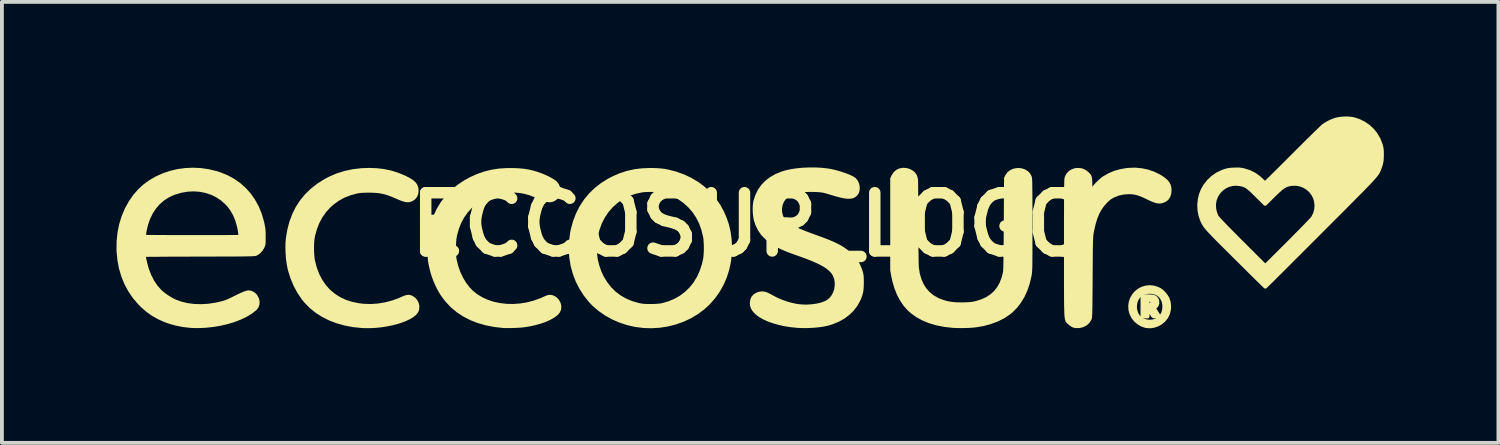
<source format=kicad_pcb>
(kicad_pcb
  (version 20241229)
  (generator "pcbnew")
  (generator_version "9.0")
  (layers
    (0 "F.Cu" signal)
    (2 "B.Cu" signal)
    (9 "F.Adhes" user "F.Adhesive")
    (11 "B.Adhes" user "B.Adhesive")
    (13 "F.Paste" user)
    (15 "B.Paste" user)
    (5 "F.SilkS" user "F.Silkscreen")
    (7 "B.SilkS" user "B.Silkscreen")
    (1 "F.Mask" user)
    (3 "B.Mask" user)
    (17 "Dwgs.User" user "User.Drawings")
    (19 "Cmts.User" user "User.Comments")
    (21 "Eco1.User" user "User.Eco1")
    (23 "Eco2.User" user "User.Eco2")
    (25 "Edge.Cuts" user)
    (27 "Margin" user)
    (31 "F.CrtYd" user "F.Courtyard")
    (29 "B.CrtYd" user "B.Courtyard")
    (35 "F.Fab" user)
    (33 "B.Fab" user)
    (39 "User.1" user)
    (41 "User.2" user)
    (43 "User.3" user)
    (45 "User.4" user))
  (footprint "ECCOSUR_LOGO"
    (layer "F.Cu")
    (at 16.585 2.83)
    (property "Reference" "ECCOSUR_LOGO" (at 0 0 0) (layer "F.SilkS") (effects (font (size 1.524 1.524) (thickness 0.3))))
    (attr through_hole)
    (fp_poly (pts (xy 10.703 2.399) (xy 10.639 2.402) (xy 10.601 2.403) (xy 10.572 2.402) (xy 10.561 2.4) (xy 10.549 2.389) (xy 10.532 2.364) (xy 10.532 2.02) (xy 10.516 1.992) (xy 10.487 1.972) (xy 10.447 1.964) (xy 10.426 1.966) (xy 10.415 1.973) (xy 10.409 1.992) (xy 10.405 2.024) (xy 10.403 2.059) (xy 10.403 2.084) (xy 10.405 2.091) (xy 10.42 2.099) (xy 10.448 2.1) (xy 10.48 2.095) (xy 10.506 2.085) (xy 10.512 2.081) (xy 10.531 2.052) (xy 10.532 2.02) (xy 10.532 2.364) (xy 10.531 2.362) (xy 10.509 2.326) (xy 10.505 2.318) (xy 10.472 2.261) (xy 10.446 2.223) (xy 10.427 2.204) (xy 10.418 2.201) (xy 10.414 2.212) (xy 10.41 2.24) (xy 10.409 2.28) (xy 10.408 2.303) (xy 10.408 2.405) (xy 10.341 2.405) (xy 10.273 2.405) (xy 10.273 2.138) (xy 10.273 1.872) (xy 10.417 1.876) (xy 10.488 1.879) (xy 10.54 1.884) (xy 10.578 1.893) (xy 10.605 1.908) (xy 10.627 1.929) (xy 10.646 1.956) (xy 10.663 2.002) (xy 10.665 2.051) (xy 10.653 2.098) (xy 10.629 2.136) (xy 10.598 2.157) (xy 10.576 2.167) (xy 10.566 2.173) (xy 10.566 2.173) (xy 10.572 2.183) (xy 10.587 2.209) (xy 10.609 2.246) (xy 10.634 2.287) (xy 10.703 2.399)) (stroke (width 0.1) (type solid)) (fill yes) (layer "F.SilkS"))
    (fp_poly (pts (xy 10.973 2.128) (xy 10.967 2.228) (xy 10.943 2.326) (xy 10.901 2.415) (xy 10.894 2.425) (xy 10.846 2.485) (xy 10.846 2.159) (xy 10.84 2.073) (xy 10.819 1.991) (xy 10.782 1.917) (xy 10.731 1.856) (xy 10.719 1.845) (xy 10.657 1.803) (xy 10.592 1.777) (xy 10.515 1.763) (xy 10.456 1.761) (xy 10.367 1.768) (xy 10.291 1.791) (xy 10.224 1.831) (xy 10.19 1.861) (xy 10.137 1.926) (xy 10.101 2.003) (xy 10.082 2.086) (xy 10.078 2.172) (xy 10.091 2.257) (xy 10.119 2.338) (xy 10.163 2.409) (xy 10.222 2.468) (xy 10.288 2.505) (xy 10.366 2.53) (xy 10.45 2.54) (xy 10.533 2.536) (xy 10.601 2.518) (xy 10.669 2.487) (xy 10.722 2.449) (xy 10.768 2.398) (xy 10.768 2.398) (xy 10.81 2.326) (xy 10.836 2.245) (xy 10.846 2.159) (xy 10.846 2.485) (xy 10.83 2.505) (xy 10.752 2.57) (xy 10.664 2.619) (xy 10.569 2.651) (xy 10.47 2.664) (xy 10.372 2.657) (xy 10.35 2.652) (xy 10.261 2.62) (xy 10.174 2.57) (xy 10.097 2.505) (xy 10.035 2.429) (xy 10.03 2.422) (xy 9.983 2.327) (xy 9.956 2.228) (xy 9.951 2.127) (xy 9.965 2.028) (xy 10 1.931) (xy 10.054 1.842) (xy 10.101 1.787) (xy 10.182 1.721) (xy 10.273 1.673) (xy 10.37 1.645) (xy 10.471 1.636) (xy 10.573 1.648) (xy 10.672 1.68) (xy 10.727 1.708) (xy 10.783 1.749) (xy 10.839 1.805) (xy 10.889 1.868) (xy 10.927 1.932) (xy 10.93 1.937) (xy 10.961 2.029) (xy 10.973 2.128)) (stroke (width 0.1) (type solid)) (fill yes) (layer "F.SilkS"))
    (fp_poly (pts (xy -8.706 2.136) (xy -8.711 2.211) (xy -8.715 2.23) (xy -8.741 2.284) (xy -8.788 2.337) (xy -8.854 2.388) (xy -8.936 2.436) (xy -9.033 2.481) (xy -9.142 2.523) (xy -9.262 2.56) (xy -9.391 2.592) (xy -9.527 2.619) (xy -9.667 2.64) (xy -9.811 2.654) (xy -9.955 2.661) (xy -10.098 2.66) (xy -10.166 2.656) (xy -10.393 2.633) (xy -10.609 2.592) (xy -10.814 2.534) (xy -11.006 2.46) (xy -11.184 2.369) (xy -11.348 2.264) (xy -11.497 2.143) (xy -11.629 2.007) (xy -11.696 1.925) (xy -11.807 1.76) (xy -11.903 1.582) (xy -11.983 1.391) (xy -12.045 1.193) (xy -12.057 1.146) (xy -12.08 1.026) (xy -12.098 0.893) (xy -12.109 0.752) (xy -12.113 0.611) (xy -12.111 0.477) (xy -12.101 0.361) (xy -12.064 0.14) (xy -12.009 -0.068) (xy -11.936 -0.262) (xy -11.845 -0.443) (xy -11.736 -0.61) (xy -11.608 -0.764) (xy -11.462 -0.905) (xy -11.298 -1.033) (xy -11.115 -1.148) (xy -11.012 -1.203) (xy -10.818 -1.288) (xy -10.613 -1.354) (xy -10.398 -1.4) (xy -10.173 -1.427) (xy -9.981 -1.434) (xy -9.779 -1.427) (xy -9.591 -1.405) (xy -9.411 -1.368) (xy -9.238 -1.314) (xy -9.064 -1.243) (xy -9.021 -1.223) (xy -8.929 -1.175) (xy -8.856 -1.129) (xy -8.802 -1.083) (xy -8.764 -1.035) (xy -8.74 -0.982) (xy -8.728 -0.922) (xy -8.727 -0.879) (xy -8.737 -0.805) (xy -8.767 -0.741) (xy -8.813 -0.689) (xy -8.875 -0.653) (xy -8.904 -0.643) (xy -8.945 -0.636) (xy -8.992 -0.637) (xy -9.046 -0.648) (xy -9.111 -0.669) (xy -9.191 -0.701) (xy -9.236 -0.72) (xy -9.353 -0.771) (xy -9.456 -0.81) (xy -9.551 -0.84) (xy -9.643 -0.861) (xy -9.737 -0.875) (xy -9.838 -0.883) (xy -9.952 -0.886) (xy -9.979 -0.886) (xy -10.063 -0.885) (xy -10.13 -0.883) (xy -10.183 -0.88) (xy -10.229 -0.875) (xy -10.272 -0.868) (xy -10.307 -0.861) (xy -10.482 -0.813) (xy -10.642 -0.749) (xy -10.789 -0.669) (xy -10.925 -0.571) (xy -11.017 -0.491) (xy -11.134 -0.363) (xy -11.235 -0.221) (xy -11.32 -0.064) (xy -11.387 0.107) (xy -11.437 0.289) (xy -11.443 0.322) (xy -11.455 0.4) (xy -11.462 0.493) (xy -11.464 0.596) (xy -11.463 0.702) (xy -11.457 0.804) (xy -11.448 0.895) (xy -11.437 0.958) (xy -11.387 1.147) (xy -11.321 1.32) (xy -11.238 1.477) (xy -11.141 1.618) (xy -11.027 1.743) (xy -10.899 1.85) (xy -10.757 1.941) (xy -10.6 2.015) (xy -10.429 2.07) (xy -10.244 2.108) (xy -10.12 2.123) (xy -9.932 2.129) (xy -9.738 2.116) (xy -9.544 2.084) (xy -9.353 2.034) (xy -9.172 1.968) (xy -9.112 1.941) (xy -9.045 1.912) (xy -8.991 1.894) (xy -8.946 1.888) (xy -8.906 1.893) (xy -8.872 1.905) (xy -8.807 1.945) (xy -8.756 2) (xy -8.722 2.065) (xy -8.706 2.136)) (stroke (width 0.1) (type solid)) (fill yes) (layer "F.SilkS"))
    (fp_poly (pts (xy -0.523 0.531) (xy -0.525 0.747) (xy -0.548 0.959) (xy -0.592 1.165) (xy -0.654 1.363) (xy -0.736 1.552) (xy -0.836 1.731) (xy -0.954 1.897) (xy -1.089 2.051) (xy -1.159 2.116) (xy -1.159 0.641) (xy -1.16 0.542) (xy -1.164 0.448) (xy -1.171 0.364) (xy -1.178 0.321) (xy -1.223 0.132) (xy -1.285 -0.043) (xy -1.366 -0.205) (xy -1.465 -0.354) (xy -1.583 -0.489) (xy -1.591 -0.498) (xy -1.724 -0.615) (xy -1.866 -0.714) (xy -2.02 -0.792) (xy -2.185 -0.852) (xy -2.363 -0.892) (xy -2.365 -0.893) (xy -2.424 -0.9) (xy -2.499 -0.904) (xy -2.582 -0.906) (xy -2.668 -0.905) (xy -2.748 -0.902) (xy -2.817 -0.895) (xy -2.839 -0.892) (xy -3.017 -0.853) (xy -3.184 -0.795) (xy -3.341 -0.716) (xy -3.486 -0.617) (xy -3.621 -0.499) (xy -3.625 -0.495) (xy -3.742 -0.362) (xy -3.842 -0.214) (xy -3.925 -0.053) (xy -3.989 0.122) (xy -4.036 0.31) (xy -4.038 0.321) (xy -4.05 0.404) (xy -4.056 0.503) (xy -4.058 0.61) (xy -4.056 0.718) (xy -4.048 0.82) (xy -4.037 0.909) (xy -4.031 0.937) (xy -3.992 1.092) (xy -3.943 1.233) (xy -3.882 1.366) (xy -3.877 1.376) (xy -3.782 1.532) (xy -3.674 1.671) (xy -3.552 1.792) (xy -3.415 1.896) (xy -3.264 1.982) (xy -3.1 2.051) (xy -2.92 2.102) (xy -2.85 2.116) (xy -2.793 2.123) (xy -2.72 2.128) (xy -2.637 2.129) (xy -2.549 2.129) (xy -2.463 2.125) (xy -2.384 2.119) (xy -2.32 2.111) (xy -2.297 2.106) (xy -2.12 2.056) (xy -1.956 1.987) (xy -1.804 1.9) (xy -1.667 1.796) (xy -1.544 1.676) (xy -1.436 1.54) (xy -1.344 1.389) (xy -1.269 1.224) (xy -1.21 1.045) (xy -1.177 0.897) (xy -1.168 0.825) (xy -1.162 0.738) (xy -1.159 0.641) (xy -1.159 2.116) (xy -1.224 2.176) (xy -1.39 2.3) (xy -1.568 2.407) (xy -1.758 2.496) (xy -1.958 2.567) (xy -2.165 2.619) (xy -2.378 2.651) (xy -2.595 2.663) (xy -2.788 2.656) (xy -2.997 2.63) (xy -3.201 2.584) (xy -3.399 2.519) (xy -3.588 2.437) (xy -3.766 2.338) (xy -3.932 2.223) (xy -4.083 2.094) (xy -4.182 1.992) (xy -4.312 1.828) (xy -4.424 1.653) (xy -4.518 1.467) (xy -4.592 1.273) (xy -4.647 1.071) (xy -4.681 0.864) (xy -4.696 0.652) (xy -4.689 0.439) (xy -4.661 0.224) (xy -4.644 0.138) (xy -4.587 -0.073) (xy -4.511 -0.27) (xy -4.418 -0.454) (xy -4.307 -0.624) (xy -4.178 -0.78) (xy -4.032 -0.922) (xy -3.869 -1.049) (xy -3.689 -1.161) (xy -3.573 -1.221) (xy -3.392 -1.299) (xy -3.209 -1.358) (xy -3.021 -1.4) (xy -2.825 -1.424) (xy -2.618 -1.432) (xy -2.537 -1.431) (xy -2.446 -1.428) (xy -2.371 -1.423) (xy -2.306 -1.417) (xy -2.243 -1.409) (xy -2.178 -1.397) (xy -2.167 -1.395) (xy -1.955 -1.342) (xy -1.753 -1.27) (xy -1.563 -1.181) (xy -1.385 -1.076) (xy -1.222 -0.954) (xy -1.074 -0.816) (xy -0.941 -0.664) (xy -0.825 -0.498) (xy -0.734 -0.332) (xy -0.658 -0.159) (xy -0.6 0.013) (xy -0.559 0.189) (xy -0.533 0.375) (xy -0.523 0.531)) (stroke (width 0.1) (type solid)) (fill yes) (layer "F.SilkS"))
    (fp_poly (pts (xy -4.99 2.154) (xy -4.997 2.216) (xy -5.019 2.269) (xy -5.059 2.32) (xy -5.079 2.338) (xy -5.154 2.394) (xy -5.249 2.448) (xy -5.361 2.498) (xy -5.487 2.543) (xy -5.625 2.582) (xy -5.77 2.614) (xy -5.921 2.638) (xy -5.947 2.641) (xy -5.997 2.646) (xy -6.062 2.65) (xy -6.137 2.654) (xy -6.215 2.657) (xy -6.293 2.659) (xy -6.362 2.659) (xy -6.42 2.659) (xy -6.452 2.657) (xy -6.686 2.631) (xy -6.907 2.588) (xy -7.114 2.529) (xy -7.307 2.453) (xy -7.485 2.361) (xy -7.648 2.254) (xy -7.795 2.131) (xy -7.925 1.993) (xy -7.956 1.955) (xy -8.015 1.879) (xy -8.062 1.812) (xy -8.103 1.745) (xy -8.143 1.673) (xy -8.184 1.589) (xy -8.241 1.461) (xy -8.288 1.335) (xy -8.327 1.205) (xy -8.36 1.061) (xy -8.373 0.993) (xy -8.38 0.948) (xy -8.386 0.899) (xy -8.389 0.842) (xy -8.392 0.772) (xy -8.393 0.686) (xy -8.393 0.621) (xy -8.393 0.531) (xy -8.392 0.458) (xy -8.389 0.399) (xy -8.386 0.349) (xy -8.381 0.303) (xy -8.374 0.257) (xy -8.366 0.214) (xy -8.316 0.001) (xy -8.247 -0.199) (xy -8.16 -0.386) (xy -8.055 -0.56) (xy -7.932 -0.72) (xy -7.792 -0.866) (xy -7.634 -0.997) (xy -7.458 -1.115) (xy -7.31 -1.196) (xy -7.129 -1.278) (xy -6.948 -1.341) (xy -6.764 -1.387) (xy -6.571 -1.417) (xy -6.368 -1.43) (xy -6.178 -1.43) (xy -6.04 -1.423) (xy -5.917 -1.411) (xy -5.803 -1.393) (xy -5.69 -1.366) (xy -5.572 -1.331) (xy -5.54 -1.32) (xy -5.458 -1.29) (xy -5.375 -1.255) (xy -5.294 -1.217) (xy -5.22 -1.177) (xy -5.157 -1.139) (xy -5.109 -1.105) (xy -5.095 -1.092) (xy -5.05 -1.035) (xy -5.023 -0.97) (xy -5.012 -0.9) (xy -5.017 -0.831) (xy -5.038 -0.766) (xy -5.077 -0.711) (xy -5.096 -0.692) (xy -5.145 -0.659) (xy -5.195 -0.64) (xy -5.251 -0.634) (xy -5.315 -0.642) (xy -5.39 -0.664) (xy -5.479 -0.7) (xy -5.504 -0.712) (xy -5.641 -0.771) (xy -5.765 -0.818) (xy -5.883 -0.851) (xy -6 -0.874) (xy -6.121 -0.886) (xy -6.251 -0.889) (xy -6.322 -0.888) (xy -6.419 -0.883) (xy -6.5 -0.876) (xy -6.572 -0.865) (xy -6.643 -0.849) (xy -6.719 -0.828) (xy -6.763 -0.813) (xy -6.908 -0.757) (xy -7.038 -0.692) (xy -7.157 -0.613) (xy -7.271 -0.517) (xy -7.322 -0.469) (xy -7.432 -0.346) (xy -7.526 -0.215) (xy -7.603 -0.073) (xy -7.665 0.082) (xy -7.714 0.253) (xy -7.724 0.298) (xy -7.736 0.376) (xy -7.745 0.47) (xy -7.749 0.573) (xy -7.75 0.679) (xy -7.746 0.781) (xy -7.738 0.872) (xy -7.73 0.923) (xy -7.689 1.092) (xy -7.632 1.254) (xy -7.56 1.408) (xy -7.475 1.549) (xy -7.379 1.675) (xy -7.297 1.761) (xy -7.174 1.861) (xy -7.036 1.945) (xy -6.886 2.014) (xy -6.726 2.067) (xy -6.556 2.103) (xy -6.381 2.124) (xy -6.201 2.128) (xy -6.018 2.115) (xy -5.836 2.086) (xy -5.655 2.039) (xy -5.477 1.976) (xy -5.398 1.941) (xy -5.351 1.92) (xy -5.307 1.903) (xy -5.274 1.892) (xy -5.265 1.89) (xy -5.206 1.89) (xy -5.149 1.909) (xy -5.095 1.944) (xy -5.049 1.991) (xy -5.014 2.048) (xy -4.994 2.111) (xy -4.99 2.154)) (stroke (width 0.1) (type solid)) (fill yes) (layer "F.SilkS"))
    (fp_poly (pts (xy 7.343 0.011) (xy 7.343 0.201) (xy 7.343 0.37) (xy 7.343 0.519) (xy 7.343 0.65) (xy 7.343 0.763) (xy 7.342 0.862) (xy 7.342 0.946) (xy 7.341 1.017) (xy 7.34 1.078) (xy 7.339 1.128) (xy 7.337 1.17) (xy 7.335 1.205) (xy 7.333 1.235) (xy 7.331 1.26) (xy 7.328 1.283) (xy 7.325 1.304) (xy 7.321 1.325) (xy 7.319 1.339) (xy 7.275 1.527) (xy 7.216 1.703) (xy 7.142 1.866) (xy 7.053 2.014) (xy 6.951 2.147) (xy 6.836 2.262) (xy 6.768 2.317) (xy 6.625 2.411) (xy 6.466 2.49) (xy 6.291 2.556) (xy 6.103 2.606) (xy 5.933 2.636) (xy 5.851 2.646) (xy 5.753 2.653) (xy 5.645 2.657) (xy 5.536 2.659) (xy 5.431 2.658) (xy 5.337 2.655) (xy 5.311 2.653) (xy 5.091 2.628) (xy 4.887 2.588) (xy 4.7 2.533) (xy 4.529 2.462) (xy 4.375 2.377) (xy 4.237 2.277) (xy 4.157 2.204) (xy 4.057 2.091) (xy 3.968 1.959) (xy 3.89 1.811) (xy 3.826 1.647) (xy 3.774 1.47) (xy 3.746 1.338) (xy 3.72 1.191) (xy 3.72 -0.006) (xy 3.72 -1.202) (xy 3.751 -1.267) (xy 3.797 -1.338) (xy 3.855 -1.39) (xy 3.924 -1.423) (xy 4.002 -1.436) (xy 4.012 -1.437) (xy 4.092 -1.431) (xy 4.161 -1.411) (xy 4.224 -1.378) (xy 4.284 -1.329) (xy 4.324 -1.267) (xy 4.345 -1.193) (xy 4.346 -1.189) (xy 4.347 -1.168) (xy 4.349 -1.127) (xy 4.35 -1.066) (xy 4.351 -0.988) (xy 4.352 -0.894) (xy 4.353 -0.785) (xy 4.354 -0.664) (xy 4.355 -0.533) (xy 4.356 -0.392) (xy 4.356 -0.244) (xy 4.357 -0.09) (xy 4.357 -0.051) (xy 4.357 0.129) (xy 4.358 0.299) (xy 4.358 0.457) (xy 4.359 0.601) (xy 4.361 0.731) (xy 4.362 0.845) (xy 4.364 0.942) (xy 4.365 1.021) (xy 4.367 1.081) (xy 4.369 1.119) (xy 4.37 1.129) (xy 4.396 1.294) (xy 4.44 1.445) (xy 4.499 1.579) (xy 4.574 1.698) (xy 4.666 1.801) (xy 4.773 1.889) (xy 4.897 1.96) (xy 4.944 1.982) (xy 5.055 2.023) (xy 5.167 2.054) (xy 5.285 2.074) (xy 5.413 2.085) (xy 5.556 2.086) (xy 5.611 2.085) (xy 5.692 2.082) (xy 5.757 2.078) (xy 5.812 2.072) (xy 5.861 2.064) (xy 5.912 2.052) (xy 5.927 2.049) (xy 6.077 2.001) (xy 6.21 1.94) (xy 6.327 1.863) (xy 6.427 1.772) (xy 6.511 1.665) (xy 6.58 1.541) (xy 6.634 1.401) (xy 6.673 1.247) (xy 6.675 1.227) (xy 6.677 1.19) (xy 6.68 1.137) (xy 6.682 1.067) (xy 6.683 0.979) (xy 6.685 0.872) (xy 6.687 0.746) (xy 6.688 0.6) (xy 6.69 0.434) (xy 6.691 0.246) (xy 6.693 0.037) (xy 6.693 -0.017) (xy 6.7 -1.214) (xy 6.729 -1.27) (xy 6.771 -1.331) (xy 6.826 -1.377) (xy 6.891 -1.409) (xy 6.961 -1.427) (xy 7.034 -1.432) (xy 7.107 -1.423) (xy 7.175 -1.4) (xy 7.235 -1.365) (xy 7.285 -1.317) (xy 7.32 -1.256) (xy 7.328 -1.233) (xy 7.331 -1.221) (xy 7.333 -1.202) (xy 7.335 -1.175) (xy 7.337 -1.139) (xy 7.338 -1.092) (xy 7.339 -1.034) (xy 7.34 -0.964) (xy 7.341 -0.879) (xy 7.342 -0.779) (xy 7.343 -0.663) (xy 7.343 -0.529) (xy 7.343 -0.376) (xy 7.343 -0.203) (xy 7.343 -0.009) (xy 7.343 0.011)) (stroke (width 0.1) (type solid)) (fill yes) (layer "F.SilkS"))
    (fp_poly (pts (xy 10.985 -0.899) (xy 10.977 -0.813) (xy 10.952 -0.739) (xy 10.91 -0.68) (xy 10.851 -0.637) (xy 10.777 -0.609) (xy 10.773 -0.608) (xy 10.732 -0.602) (xy 10.689 -0.603) (xy 10.641 -0.612) (xy 10.585 -0.63) (xy 10.517 -0.657) (xy 10.435 -0.695) (xy 10.39 -0.717) (xy 10.293 -0.763) (xy 10.208 -0.797) (xy 10.132 -0.821) (xy 10.059 -0.837) (xy 9.983 -0.845) (xy 9.912 -0.847) (xy 9.774 -0.837) (xy 9.645 -0.809) (xy 9.52 -0.761) (xy 9.505 -0.753) (xy 9.456 -0.727) (xy 9.414 -0.7) (xy 9.372 -0.665) (xy 9.323 -0.62) (xy 9.308 -0.604) (xy 9.227 -0.513) (xy 9.156 -0.412) (xy 9.096 -0.3) (xy 9.044 -0.173) (xy 9 -0.03) (xy 8.963 0.131) (xy 8.95 0.198) (xy 8.946 0.221) (xy 8.942 0.245) (xy 8.939 0.269) (xy 8.936 0.296) (xy 8.934 0.328) (xy 8.932 0.365) (xy 8.93 0.409) (xy 8.928 0.462) (xy 8.927 0.526) (xy 8.925 0.601) (xy 8.924 0.69) (xy 8.923 0.794) (xy 8.922 0.914) (xy 8.921 1.053) (xy 8.92 1.211) (xy 8.919 1.377) (xy 8.918 1.554) (xy 8.917 1.71) (xy 8.916 1.847) (xy 8.915 1.965) (xy 8.914 2.066) (xy 8.913 2.151) (xy 8.911 2.223) (xy 8.91 2.282) (xy 8.909 2.329) (xy 8.907 2.367) (xy 8.905 2.397) (xy 8.903 2.42) (xy 8.9 2.437) (xy 8.897 2.45) (xy 8.894 2.46) (xy 8.89 2.47) (xy 8.889 2.472) (xy 8.845 2.542) (xy 8.785 2.597) (xy 8.712 2.635) (xy 8.628 2.657) (xy 8.598 2.659) (xy 8.528 2.659) (xy 8.473 2.647) (xy 8.469 2.646) (xy 8.435 2.628) (xy 8.396 2.6) (xy 8.365 2.574) (xy 8.353 2.563) (xy 8.342 2.553) (xy 8.332 2.544) (xy 8.322 2.535) (xy 8.314 2.524) (xy 8.307 2.51) (xy 8.3 2.493) (xy 8.294 2.472) (xy 8.289 2.445) (xy 8.285 2.411) (xy 8.281 2.37) (xy 8.278 2.319) (xy 8.276 2.259) (xy 8.274 2.188) (xy 8.272 2.105) (xy 8.271 2.01) (xy 8.27 1.9) (xy 8.27 1.775) (xy 8.269 1.634) (xy 8.269 1.476) (xy 8.269 1.3) (xy 8.269 1.104) (xy 8.269 0.888) (xy 8.269 0.651) (xy 8.269 0.604) (xy 8.269 0.369) (xy 8.269 0.155) (xy 8.269 -0.038) (xy 8.269 -0.212) (xy 8.27 -0.367) (xy 8.27 -0.506) (xy 8.27 -0.628) (xy 8.271 -0.735) (xy 8.271 -0.828) (xy 8.272 -0.908) (xy 8.273 -0.976) (xy 8.274 -1.034) (xy 8.275 -1.081) (xy 8.276 -1.12) (xy 8.277 -1.152) (xy 8.279 -1.177) (xy 8.281 -1.196) (xy 8.283 -1.212) (xy 8.285 -1.223) (xy 8.288 -1.233) (xy 8.29 -1.239) (xy 8.325 -1.307) (xy 8.377 -1.362) (xy 8.442 -1.403) (xy 8.517 -1.428) (xy 8.58 -1.434) (xy 8.661 -1.427) (xy 8.731 -1.404) (xy 8.796 -1.362) (xy 8.83 -1.332) (xy 8.863 -1.299) (xy 8.883 -1.274) (xy 8.894 -1.249) (xy 8.901 -1.217) (xy 8.903 -1.202) (xy 8.907 -1.164) (xy 8.909 -1.111) (xy 8.911 -1.049) (xy 8.911 -0.986) (xy 8.911 -0.985) (xy 8.911 -0.93) (xy 8.911 -0.884) (xy 8.912 -0.851) (xy 8.912 -0.836) (xy 8.913 -0.835) (xy 8.919 -0.844) (xy 8.935 -0.867) (xy 8.957 -0.901) (xy 8.964 -0.912) (xy 9.007 -0.97) (xy 9.062 -1.034) (xy 9.125 -1.099) (xy 9.189 -1.158) (xy 9.248 -1.206) (xy 9.263 -1.216) (xy 9.399 -1.296) (xy 9.543 -1.358) (xy 9.698 -1.402) (xy 9.866 -1.431) (xy 9.909 -1.435) (xy 10.078 -1.441) (xy 10.246 -1.426) (xy 10.411 -1.391) (xy 10.567 -1.337) (xy 10.714 -1.264) (xy 10.745 -1.246) (xy 10.828 -1.189) (xy 10.891 -1.136) (xy 10.936 -1.081) (xy 10.966 -1.023) (xy 10.981 -0.958) (xy 10.985 -0.899)) (stroke (width 0.1) (type solid)) (fill yes) (layer "F.SilkS"))
    (fp_poly (pts (xy 2.929 1.513) (xy 2.927 1.612) (xy 2.922 1.695) (xy 2.91 1.768) (xy 2.892 1.837) (xy 2.866 1.909) (xy 2.84 1.968) (xy 2.769 2.098) (xy 2.678 2.217) (xy 2.57 2.323) (xy 2.446 2.417) (xy 2.305 2.496) (xy 2.151 2.56) (xy 2.015 2.601) (xy 1.911 2.622) (xy 1.791 2.639) (xy 1.66 2.651) (xy 1.523 2.658) (xy 1.385 2.659) (xy 1.254 2.654) (xy 1.23 2.652) (xy 1.064 2.635) (xy 0.902 2.609) (xy 0.748 2.574) (xy 0.604 2.532) (xy 0.471 2.484) (xy 0.354 2.429) (xy 0.253 2.37) (xy 0.172 2.306) (xy 0.157 2.291) (xy 0.103 2.23) (xy 0.068 2.172) (xy 0.05 2.112) (xy 0.045 2.054) (xy 0.054 1.978) (xy 0.081 1.915) (xy 0.126 1.865) (xy 0.175 1.834) (xy 0.242 1.808) (xy 0.306 1.798) (xy 0.372 1.804) (xy 0.443 1.827) (xy 0.522 1.867) (xy 0.544 1.88) (xy 0.689 1.957) (xy 0.848 2.024) (xy 1.014 2.079) (xy 1.182 2.119) (xy 1.237 2.128) (xy 1.356 2.141) (xy 1.479 2.144) (xy 1.604 2.137) (xy 1.725 2.122) (xy 1.837 2.098) (xy 1.938 2.066) (xy 2.022 2.028) (xy 2.041 2.016) (xy 2.114 1.957) (xy 2.174 1.883) (xy 2.22 1.797) (xy 2.252 1.702) (xy 2.267 1.603) (xy 2.267 1.502) (xy 2.249 1.404) (xy 2.213 1.311) (xy 2.207 1.3) (xy 2.164 1.236) (xy 2.104 1.173) (xy 2.028 1.111) (xy 1.935 1.051) (xy 1.822 0.99) (xy 1.69 0.929) (xy 1.538 0.867) (xy 1.364 0.803) (xy 1.338 0.794) (xy 1.188 0.741) (xy 1.058 0.694) (xy 0.945 0.649) (xy 0.847 0.607) (xy 0.76 0.565) (xy 0.683 0.524) (xy 0.613 0.482) (xy 0.55 0.44) (xy 0.431 0.343) (xy 0.331 0.239) (xy 0.252 0.125) (xy 0.19 -0.000459) (xy 0.15 -0.122) (xy 0.133 -0.207) (xy 0.123 -0.302) (xy 0.119 -0.402) (xy 0.122 -0.498) (xy 0.133 -0.583) (xy 0.139 -0.614) (xy 0.186 -0.757) (xy 0.251 -0.889) (xy 0.334 -1.007) (xy 0.435 -1.111) (xy 0.553 -1.202) (xy 0.688 -1.279) (xy 0.84 -1.341) (xy 0.931 -1.369) (xy 1.066 -1.4) (xy 1.216 -1.423) (xy 1.378 -1.439) (xy 1.545 -1.446) (xy 1.714 -1.446) (xy 1.878 -1.437) (xy 2.015 -1.422) (xy 2.108 -1.407) (xy 2.206 -1.385) (xy 2.306 -1.358) (xy 2.404 -1.328) (xy 2.497 -1.296) (xy 2.581 -1.263) (xy 2.652 -1.23) (xy 2.708 -1.198) (xy 2.736 -1.176) (xy 2.779 -1.122) (xy 2.808 -1.055) (xy 2.822 -0.98) (xy 2.822 -0.962) (xy 2.817 -0.895) (xy 2.8 -0.842) (xy 2.768 -0.797) (xy 2.755 -0.783) (xy 2.718 -0.755) (xy 2.673 -0.736) (xy 2.617 -0.727) (xy 2.55 -0.727) (xy 2.47 -0.737) (xy 2.374 -0.757) (xy 2.262 -0.786) (xy 2.135 -0.824) (xy 2.076 -0.842) (xy 2.019 -0.859) (xy 1.971 -0.872) (xy 1.937 -0.881) (xy 1.936 -0.881) (xy 1.863 -0.893) (xy 1.773 -0.901) (xy 1.674 -0.905) (xy 1.57 -0.906) (xy 1.467 -0.903) (xy 1.369 -0.896) (xy 1.281 -0.886) (xy 1.21 -0.872) (xy 1.199 -0.869) (xy 1.085 -0.829) (xy 0.989 -0.776) (xy 0.911 -0.712) (xy 0.853 -0.637) (xy 0.836 -0.605) (xy 0.801 -0.511) (xy 0.786 -0.414) (xy 0.791 -0.316) (xy 0.814 -0.223) (xy 0.855 -0.138) (xy 0.899 -0.079) (xy 0.942 -0.037) (xy 0.999 0.005) (xy 1.069 0.049) (xy 1.155 0.094) (xy 1.257 0.142) (xy 1.377 0.193) (xy 1.516 0.247) (xy 1.675 0.305) (xy 1.705 0.316) (xy 1.854 0.37) (xy 1.984 0.419) (xy 2.097 0.465) (xy 2.195 0.508) (xy 2.281 0.55) (xy 2.358 0.591) (xy 2.427 0.633) (xy 2.472 0.664) (xy 2.588 0.753) (xy 2.685 0.845) (xy 2.763 0.942) (xy 2.826 1.048) (xy 2.877 1.166) (xy 2.897 1.227) (xy 2.909 1.267) (xy 2.917 1.302) (xy 2.923 1.338) (xy 2.926 1.38) (xy 2.928 1.434) (xy 2.929 1.504) (xy 2.929 1.513)) (stroke (width 0.1) (type solid)) (fill yes) (layer "F.SilkS"))
    (fp_poly (pts (xy -12.73 0.322) (xy -12.73 0.392) (xy -12.73 0.445) (xy -12.732 0.483) (xy -12.736 0.512) (xy -12.742 0.536) (xy -12.75 0.559) (xy -12.761 0.584) (xy -12.801 0.651) (xy -12.853 0.71) (xy -12.913 0.754) (xy -12.935 0.766) (xy -12.942 0.768) (xy -12.953 0.771) (xy -12.967 0.773) (xy -12.986 0.775) (xy -13.012 0.777) (xy -13.045 0.779) (xy -13.087 0.78) (xy -13.139 0.781) (xy -13.202 0.782) (xy -13.277 0.783) (xy -13.341 0.784) (xy -13.341 0.313) (xy -13.349 0.228) (xy -13.356 0.177) (xy -13.366 0.116) (xy -13.379 0.054) (xy -13.383 0.034) (xy -13.429 -0.124) (xy -13.487 -0.264) (xy -13.558 -0.39) (xy -13.643 -0.505) (xy -13.698 -0.564) (xy -13.817 -0.67) (xy -13.948 -0.758) (xy -14.089 -0.827) (xy -14.239 -0.877) (xy -14.396 -0.908) (xy -14.559 -0.92) (xy -14.725 -0.912) (xy -14.892 -0.884) (xy -15.06 -0.835) (xy -15.107 -0.818) (xy -15.248 -0.752) (xy -15.376 -0.667) (xy -15.492 -0.566) (xy -15.594 -0.447) (xy -15.681 -0.314) (xy -15.753 -0.166) (xy -15.809 -0.006) (xy -15.848 0.167) (xy -15.854 0.204) (xy -15.861 0.258) (xy -15.863 0.296) (xy -15.861 0.315) (xy -15.859 0.317) (xy -15.847 0.318) (xy -15.813 0.319) (xy -15.761 0.32) (xy -15.691 0.32) (xy -15.606 0.321) (xy -15.508 0.322) (xy -15.397 0.322) (xy -15.276 0.323) (xy -15.147 0.323) (xy -15.011 0.323) (xy -14.87 0.324) (xy -14.727 0.324) (xy -14.582 0.324) (xy -14.437 0.324) (xy -14.295 0.324) (xy -14.157 0.324) (xy -14.025 0.324) (xy -13.901 0.324) (xy -13.785 0.323) (xy -13.681 0.323) (xy -13.59 0.322) (xy -13.514 0.322) (xy -13.454 0.321) (xy -13.413 0.32) (xy -13.391 0.319) (xy -13.39 0.319) (xy -13.341 0.313) (xy -13.341 0.784) (xy -13.366 0.784) (xy -13.469 0.785) (xy -13.588 0.785) (xy -13.723 0.786) (xy -13.877 0.786) (xy -14.05 0.787) (xy -14.244 0.787) (xy -14.421 0.788) (xy -14.6 0.788) (xy -14.772 0.789) (xy -14.937 0.789) (xy -15.093 0.79) (xy -15.238 0.79) (xy -15.372 0.791) (xy -15.493 0.792) (xy -15.599 0.792) (xy -15.69 0.793) (xy -15.764 0.794) (xy -15.819 0.794) (xy -15.855 0.795) (xy -15.87 0.795) (xy -15.87 0.796) (xy -15.871 0.809) (xy -15.866 0.841) (xy -15.858 0.885) (xy -15.847 0.939) (xy -15.833 0.998) (xy -15.818 1.059) (xy -15.803 1.115) (xy -15.789 1.165) (xy -15.786 1.174) (xy -15.722 1.34) (xy -15.644 1.491) (xy -15.554 1.626) (xy -15.46 1.733) (xy -15.39 1.796) (xy -15.306 1.861) (xy -15.214 1.922) (xy -15.12 1.976) (xy -15.051 2.01) (xy -14.9 2.065) (xy -14.735 2.104) (xy -14.559 2.127) (xy -14.377 2.133) (xy -14.188 2.123) (xy -13.998 2.095) (xy -13.885 2.071) (xy -13.823 2.056) (xy -13.77 2.041) (xy -13.721 2.024) (xy -13.671 2.005) (xy -13.615 1.98) (xy -13.549 1.948) (xy -13.477 1.912) (xy -13.382 1.866) (xy -13.303 1.829) (xy -13.24 1.803) (xy -13.19 1.785) (xy -13.149 1.775) (xy -13.119 1.772) (xy -13.063 1.783) (xy -13.008 1.811) (xy -12.959 1.855) (xy -12.942 1.877) (xy -12.905 1.946) (xy -12.889 2.016) (xy -12.892 2.084) (xy -12.914 2.146) (xy -12.956 2.2) (xy -12.961 2.205) (xy -13.072 2.291) (xy -13.201 2.369) (xy -13.348 2.44) (xy -13.509 2.502) (xy -13.683 2.555) (xy -13.866 2.598) (xy -14.057 2.63) (xy -14.253 2.651) (xy -14.376 2.657) (xy -14.448 2.658) (xy -14.524 2.658) (xy -14.596 2.656) (xy -14.653 2.653) (xy -14.843 2.631) (xy -15.031 2.593) (xy -15.21 2.542) (xy -15.302 2.509) (xy -15.471 2.434) (xy -15.625 2.348) (xy -15.769 2.246) (xy -15.907 2.126) (xy -15.983 2.049) (xy -16.117 1.892) (xy -16.233 1.722) (xy -16.331 1.54) (xy -16.41 1.346) (xy -16.471 1.141) (xy -16.512 0.926) (xy -16.533 0.702) (xy -16.535 0.66) (xy -16.532 0.433) (xy -16.509 0.213) (xy -16.466 -0.001) (xy -16.403 -0.205) (xy -16.321 -0.4) (xy -16.22 -0.583) (xy -16.103 -0.751) (xy -15.98 -0.891) (xy -15.842 -1.017) (xy -15.689 -1.127) (xy -15.525 -1.221) (xy -15.349 -1.299) (xy -15.166 -1.36) (xy -14.975 -1.405) (xy -14.779 -1.431) (xy -14.58 -1.44) (xy -14.379 -1.43) (xy -14.178 -1.401) (xy -13.979 -1.353) (xy -13.891 -1.325) (xy -13.706 -1.251) (xy -13.535 -1.159) (xy -13.379 -1.05) (xy -13.237 -0.924) (xy -13.111 -0.783) (xy -13.002 -0.627) (xy -12.908 -0.457) (xy -12.832 -0.273) (xy -12.774 -0.075) (xy -12.76 -0.012) (xy -12.748 0.048) (xy -12.74 0.1) (xy -12.734 0.152) (xy -12.731 0.209) (xy -12.73 0.279) (xy -12.73 0.322)) (stroke (width 0.1) (type solid)) (fill yes) (layer "F.SilkS"))
    (fp_poly (pts (xy 16.543 -1.829) (xy 16.541 -1.742) (xy 16.535 -1.671) (xy 16.523 -1.606) (xy 16.505 -1.54) (xy 16.477 -1.465) (xy 16.475 -1.458) (xy 16.466 -1.437) (xy 16.458 -1.418) (xy 16.45 -1.399) (xy 16.44 -1.38) (xy 16.429 -1.36) (xy 16.414 -1.338) (xy 16.397 -1.313) (xy 16.375 -1.286) (xy 16.349 -1.254) (xy 16.318 -1.218) (xy 16.28 -1.176) (xy 16.235 -1.128) (xy 16.183 -1.073) (xy 16.123 -1.01) (xy 16.054 -0.939) (xy 15.975 -0.858) (xy 15.885 -0.768) (xy 15.785 -0.667) (xy 15.673 -0.554) (xy 15.549 -0.429) (xy 15.411 -0.291) (xy 15.259 -0.139) (xy 15.093 0.027) (xy 14.92 0.2) (xy 14.828 0.293) (xy 14.828 -0.501) (xy 14.815 -0.614) (xy 14.789 -0.703) (xy 14.741 -0.799) (xy 14.676 -0.883) (xy 14.597 -0.953) (xy 14.506 -1.009) (xy 14.407 -1.047) (xy 14.302 -1.067) (xy 14.194 -1.066) (xy 14.159 -1.062) (xy 14.106 -1.051) (xy 14.06 -1.038) (xy 14.015 -1.02) (xy 13.971 -0.995) (xy 13.924 -0.962) (xy 13.871 -0.918) (xy 13.81 -0.863) (xy 13.737 -0.793) (xy 13.7 -0.757) (xy 13.485 -0.543) (xy 13.264 -0.762) (xy 13.19 -0.835) (xy 13.13 -0.893) (xy 13.079 -0.938) (xy 13.036 -0.973) (xy 12.997 -1) (xy 12.961 -1.019) (xy 12.923 -1.034) (xy 12.881 -1.046) (xy 12.834 -1.057) (xy 12.725 -1.069) (xy 12.619 -1.06) (xy 12.517 -1.031) (xy 12.423 -0.985) (xy 12.339 -0.922) (xy 12.266 -0.845) (xy 12.209 -0.754) (xy 12.168 -0.651) (xy 12.164 -0.636) (xy 12.148 -0.535) (xy 12.151 -0.428) (xy 12.172 -0.322) (xy 12.21 -0.223) (xy 12.211 -0.221) (xy 12.22 -0.206) (xy 12.236 -0.185) (xy 12.261 -0.156) (xy 12.294 -0.12) (xy 12.337 -0.074) (xy 12.39 -0.018) (xy 12.455 0.05) (xy 12.533 0.129) (xy 12.624 0.221) (xy 12.729 0.327) (xy 12.849 0.448) (xy 12.862 0.46) (xy 12.96 0.558) (xy 13.053 0.652) (xy 13.141 0.739) (xy 13.222 0.82) (xy 13.294 0.892) (xy 13.357 0.954) (xy 13.409 1.006) (xy 13.449 1.045) (xy 13.476 1.071) (xy 13.488 1.083) (xy 13.489 1.084) (xy 13.497 1.076) (xy 13.521 1.053) (xy 13.557 1.017) (xy 13.606 0.969) (xy 13.666 0.909) (xy 13.736 0.84) (xy 13.814 0.762) (xy 13.9 0.677) (xy 13.991 0.585) (xy 14.088 0.489) (xy 14.1 0.477) (xy 14.198 0.379) (xy 14.291 0.284) (xy 14.38 0.195) (xy 14.461 0.112) (xy 14.535 0.036) (xy 14.599 -0.03) (xy 14.652 -0.086) (xy 14.694 -0.13) (xy 14.722 -0.161) (xy 14.736 -0.177) (xy 14.736 -0.178) (xy 14.788 -0.281) (xy 14.819 -0.39) (xy 14.828 -0.501) (xy 14.828 0.293) (xy 14.771 0.35) (xy 14.625 0.495) (xy 14.485 0.635) (xy 14.351 0.77) (xy 14.223 0.897) (xy 14.103 1.017) (xy 13.992 1.128) (xy 13.889 1.231) (xy 13.796 1.323) (xy 13.714 1.405) (xy 13.644 1.475) (xy 13.585 1.532) (xy 13.54 1.577) (xy 13.509 1.607) (xy 13.493 1.623) (xy 13.49 1.625) (xy 13.482 1.617) (xy 13.458 1.595) (xy 13.421 1.558) (xy 13.371 1.509) (xy 13.309 1.449) (xy 13.237 1.378) (xy 13.156 1.298) (xy 13.066 1.209) (xy 12.97 1.113) (xy 12.867 1.011) (xy 12.759 0.905) (xy 12.726 0.872) (xy 12.594 0.74) (xy 12.476 0.623) (xy 12.373 0.52) (xy 12.283 0.43) (xy 12.204 0.351) (xy 12.137 0.282) (xy 12.08 0.222) (xy 12.032 0.171) (xy 11.991 0.126) (xy 11.958 0.088) (xy 11.931 0.054) (xy 11.908 0.024) (xy 11.89 -0.003) (xy 11.875 -0.029) (xy 11.861 -0.055) (xy 11.849 -0.081) (xy 11.838 -0.104) (xy 11.791 -0.237) (xy 11.765 -0.375) (xy 11.758 -0.515) (xy 11.771 -0.653) (xy 11.803 -0.788) (xy 11.855 -0.916) (xy 11.913 -1.016) (xy 12.006 -1.134) (xy 12.113 -1.235) (xy 12.232 -1.318) (xy 12.362 -1.381) (xy 12.418 -1.402) (xy 12.469 -1.417) (xy 12.514 -1.428) (xy 12.56 -1.435) (xy 12.615 -1.44) (xy 12.674 -1.442) (xy 12.743 -1.444) (xy 12.796 -1.444) (xy 12.842 -1.44) (xy 12.887 -1.433) (xy 12.93 -1.423) (xy 13.069 -1.38) (xy 13.198 -1.316) (xy 13.318 -1.232) (xy 13.405 -1.152) (xy 13.437 -1.121) (xy 13.464 -1.097) (xy 13.482 -1.085) (xy 13.485 -1.084) (xy 13.494 -1.092) (xy 13.518 -1.114) (xy 13.556 -1.151) (xy 13.607 -1.2) (xy 13.669 -1.26) (xy 13.741 -1.332) (xy 13.822 -1.412) (xy 13.911 -1.5) (xy 14.007 -1.596) (xy 14.108 -1.697) (xy 14.214 -1.803) (xy 14.223 -1.812) (xy 14.331 -1.92) (xy 14.436 -2.024) (xy 14.536 -2.124) (xy 14.63 -2.217) (xy 14.717 -2.303) (xy 14.795 -2.38) (xy 14.864 -2.447) (xy 14.922 -2.503) (xy 14.968 -2.547) (xy 15.001 -2.577) (xy 15.019 -2.593) (xy 15.104 -2.648) (xy 15.203 -2.698) (xy 15.308 -2.739) (xy 15.364 -2.755) (xy 15.448 -2.771) (xy 15.543 -2.779) (xy 15.64 -2.78) (xy 15.732 -2.773) (xy 15.797 -2.762) (xy 15.939 -2.716) (xy 16.07 -2.652) (xy 16.189 -2.57) (xy 16.294 -2.472) (xy 16.383 -2.359) (xy 16.456 -2.233) (xy 16.51 -2.095) (xy 16.517 -2.071) (xy 16.529 -2.026) (xy 16.536 -1.982) (xy 16.541 -1.934) (xy 16.543 -1.873) (xy 16.543 -1.829)) (stroke (width 0.1) (type solid)) (fill yes) (layer "F.SilkS")))
  (gr_rect
    (start -3 -3)
    (end 36.177 8.544)
    (stroke (width 0.1) (type default))
    (fill no)
    (layer "Edge.Cuts")))
</source>
